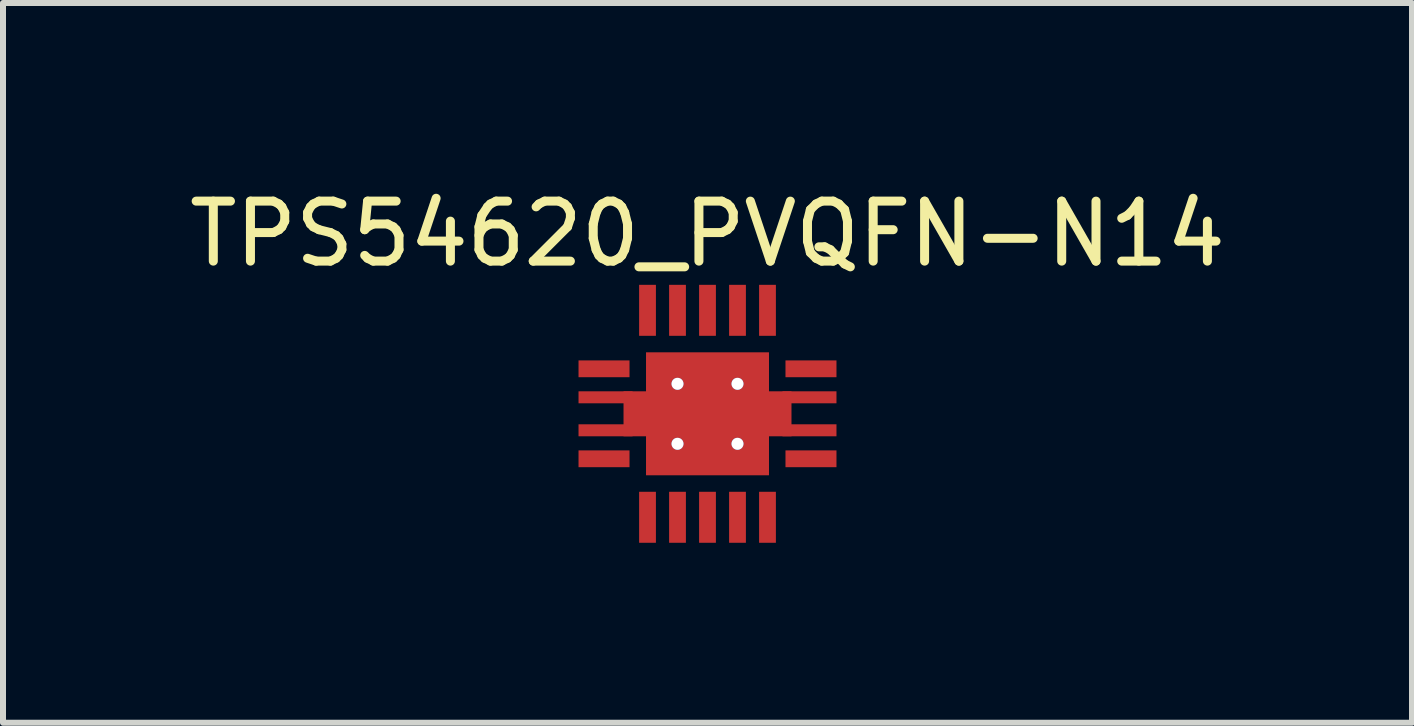
<source format=kicad_pcb>
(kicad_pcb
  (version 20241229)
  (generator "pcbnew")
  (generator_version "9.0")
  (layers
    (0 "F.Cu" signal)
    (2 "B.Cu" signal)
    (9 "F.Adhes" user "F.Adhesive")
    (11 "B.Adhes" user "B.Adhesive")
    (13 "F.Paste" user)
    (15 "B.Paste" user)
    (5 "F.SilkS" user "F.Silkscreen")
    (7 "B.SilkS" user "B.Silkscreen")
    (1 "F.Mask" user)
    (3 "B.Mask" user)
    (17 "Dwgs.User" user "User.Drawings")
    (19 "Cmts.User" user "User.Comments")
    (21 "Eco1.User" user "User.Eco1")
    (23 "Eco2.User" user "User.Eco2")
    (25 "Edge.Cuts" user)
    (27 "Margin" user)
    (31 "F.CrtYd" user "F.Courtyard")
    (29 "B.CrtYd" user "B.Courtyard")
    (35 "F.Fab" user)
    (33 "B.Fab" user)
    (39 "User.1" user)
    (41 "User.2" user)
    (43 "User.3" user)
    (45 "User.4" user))
  (footprint "TPS54620_PVQFN-N14"
    (layer "F.Cu")
    (at 8.744 3.848)
    (property "Reference" "TPS54620_PVQFN-N14" (at 0 -3 0) (layer "F.SilkS") (effects (font (size 1 1) (thickness 0.15))))
    (attr through_hole)
    (pad "" smd rect (at -1.7 -0.275) (size 0.9 0.2) (layers "F.Cu" "F.Mask" "F.Paste"))
    (pad "" smd rect (at -1.7 0.275) (size 0.9 0.2) (layers "F.Cu" "F.Mask" "F.Paste"))
    (pad "" smd rect (at -1.2 0) (size 0.4 0.75) (layers "F.Cu" "F.Mask" "F.Paste"))
    (pad "" thru_hole circle (at -0.5 -0.5) (size 0.2 0.2) (drill 0.2) (layers "*.Cu" "*.Mask"))
    (pad "" thru_hole circle (at -0.5 0.5) (size 0.2 0.2) (drill 0.2) (layers "*.Cu" "*.Mask"))
    (pad "" thru_hole circle (at 0.5 -0.5) (size 0.2 0.2) (drill 0.2) (layers "*.Cu" "*.Mask"))
    (pad "" thru_hole circle (at 0.5 0.5) (size 0.2 0.2) (drill 0.2) (layers "*.Cu" "*.Mask"))
    (pad "" smd rect (at 1.2 0) (size 0.4 0.75) (layers "F.Cu" "F.Mask" "F.Paste"))
    (pad "" smd rect (at 1.7 -0.275) (size 0.9 0.2) (layers "F.Cu" "F.Mask" "F.Paste"))
    (pad "" smd rect (at 1.7 0.275) (size 0.9 0.2) (layers "F.Cu" "F.Mask" "F.Paste"))
    (pad "1" smd rect (at -1.725 0.75) (size 0.85 0.28) (layers "F.Cu" "F.Mask" "F.Paste"))
    (pad "2" smd rect (at -1 1.725) (size 0.28 0.85) (layers "F.Cu" "F.Mask" "F.Paste"))
    (pad "3" smd rect (at -0.5 1.725) (size 0.28 0.85) (layers "F.Cu" "F.Mask" "F.Paste"))
    (pad "4" smd rect (at 0 1.725) (size 0.28 0.85) (layers "F.Cu" "F.Mask" "F.Paste"))
    (pad "5" smd rect (at 0.5 1.725) (size 0.28 0.85) (layers "F.Cu" "F.Mask" "F.Paste"))
    (pad "6" smd rect (at 1 1.725) (size 0.28 0.85) (layers "F.Cu" "F.Mask" "F.Paste"))
    (pad "7" smd rect (at 1.725 0.75) (size 0.85 0.28) (layers "F.Cu" "F.Mask" "F.Paste"))
    (pad "8" smd rect (at 1.725 -0.75) (size 0.85 0.28) (layers "F.Cu" "F.Mask" "F.Paste"))
    (pad "9" smd rect (at 1 -1.725) (size 0.28 0.85) (layers "F.Cu" "F.Mask" "F.Paste"))
    (pad "10" smd rect (at 0.5 -1.725) (size 0.28 0.85) (layers "F.Cu" "F.Mask" "F.Paste"))
    (pad "11" smd rect (at 0 -1.725) (size 0.28 0.85) (layers "F.Cu" "F.Mask" "F.Paste"))
    (pad "12" smd rect (at -0.5 -1.725) (size 0.28 0.85) (layers "F.Cu" "F.Mask" "F.Paste"))
    (pad "13" smd rect (at -1 -1.725) (size 0.28 0.85) (layers "F.Cu" "F.Mask" "F.Paste"))
    (pad "14" smd rect (at -1.725 -0.75) (size 0.85 0.28) (layers "F.Cu" "F.Mask" "F.Paste"))
    (pad "15" smd rect (at 0 0) (size 2.05 2.05) (layers "F.Cu" "F.Mask" "F.Paste")))
  (gr_rect
    (start -3 -3)
    (end 20.488 8.998)
    (stroke (width 0.1) (type default))
    (fill no)
    (layer "Edge.Cuts")))
</source>
